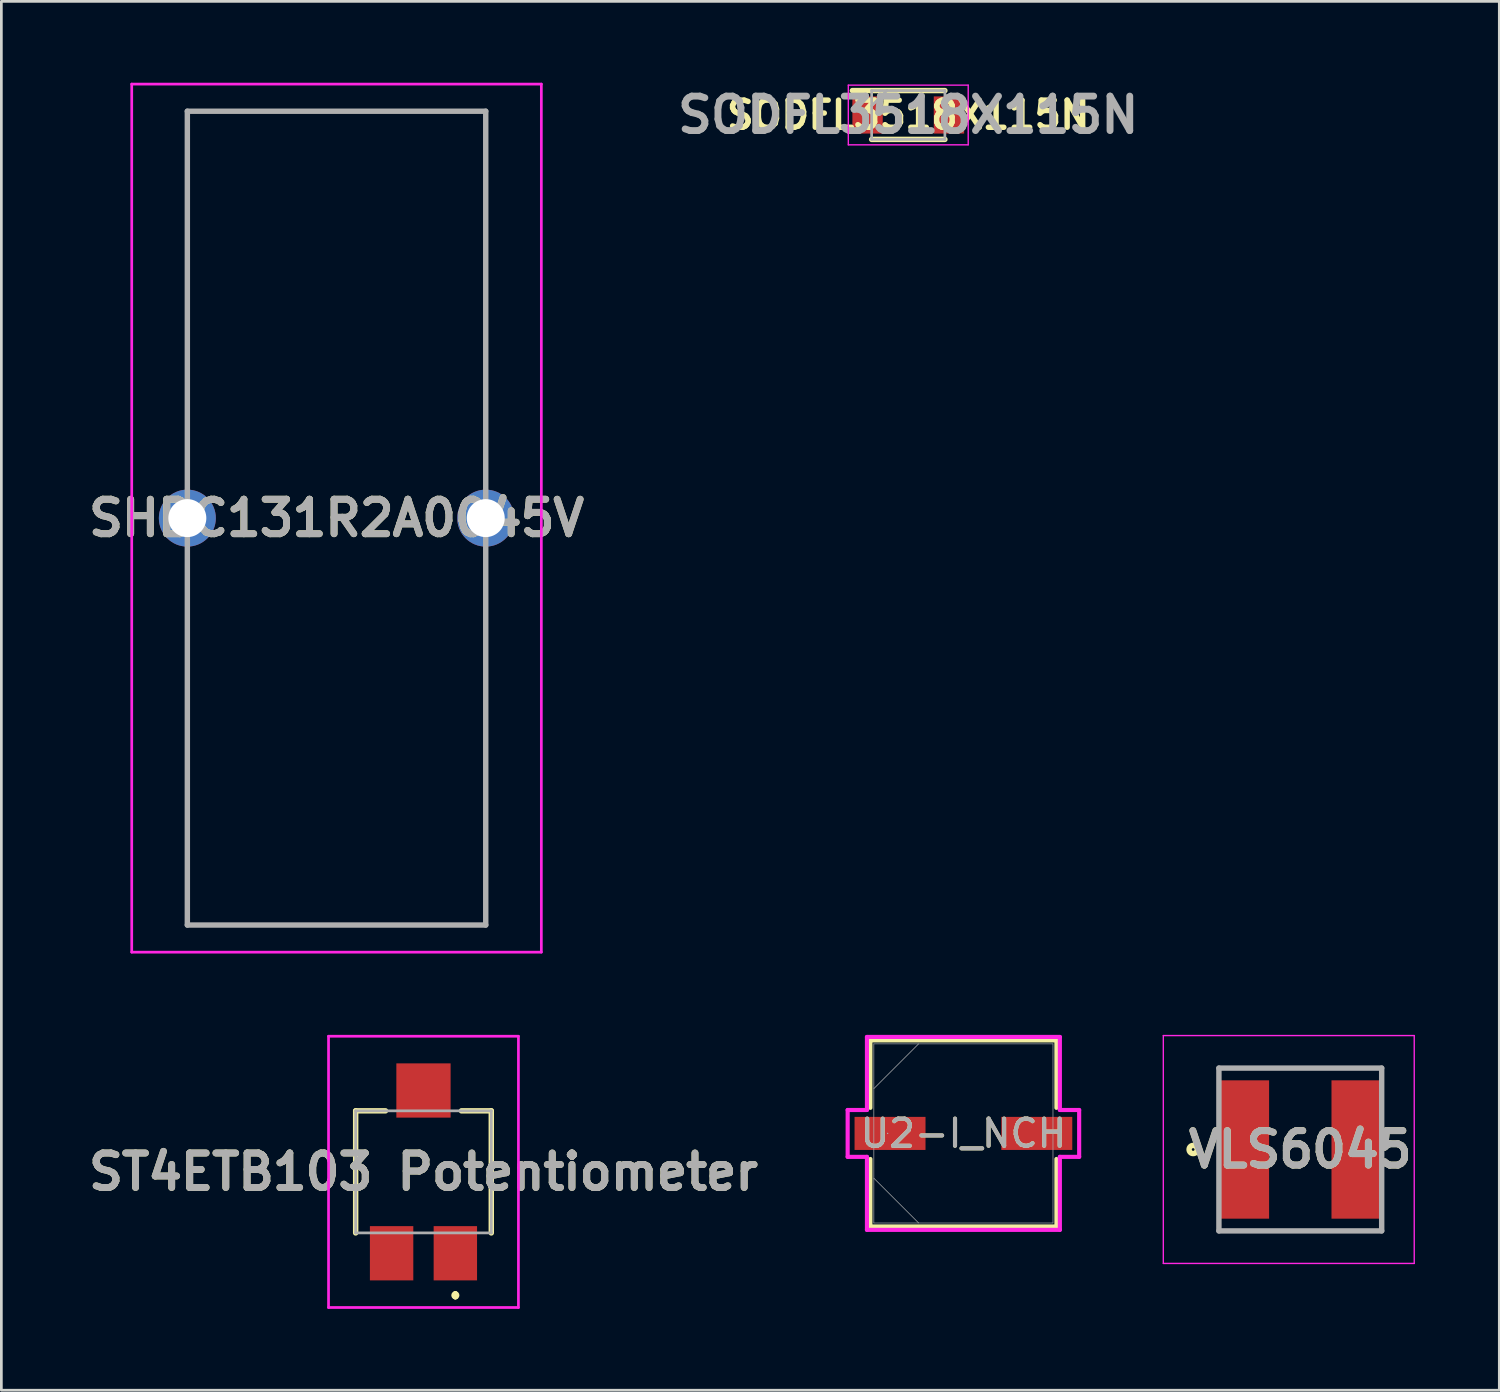
<source format=kicad_pcb>
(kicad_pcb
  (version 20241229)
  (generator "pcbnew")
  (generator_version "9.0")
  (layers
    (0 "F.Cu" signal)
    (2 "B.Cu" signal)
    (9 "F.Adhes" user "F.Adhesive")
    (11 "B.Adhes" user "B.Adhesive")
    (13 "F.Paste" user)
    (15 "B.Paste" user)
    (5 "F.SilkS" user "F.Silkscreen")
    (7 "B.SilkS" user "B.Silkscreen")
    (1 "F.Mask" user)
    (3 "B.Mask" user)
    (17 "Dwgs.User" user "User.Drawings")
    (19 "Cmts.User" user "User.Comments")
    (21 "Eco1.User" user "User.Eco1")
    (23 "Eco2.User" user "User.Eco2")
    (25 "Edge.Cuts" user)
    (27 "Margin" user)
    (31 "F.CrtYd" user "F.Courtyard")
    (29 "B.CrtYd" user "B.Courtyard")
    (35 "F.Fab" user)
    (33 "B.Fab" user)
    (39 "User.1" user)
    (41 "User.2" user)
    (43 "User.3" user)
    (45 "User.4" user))
  (footprint "U2-I_NCH"
    (layer "F.Cu")
    (at 32.465 38.732)
    (property "Reference" "U2-I_NCH" (at 0 0 0) (unlocked yes) (layer "F.SilkS") (effects (font (size 1 1) (thickness 0.15))))
    (attr smd)
    (fp_line (start -3.429 -3.429) (end -3.429 -0.942) (stroke (width 0.152) (type solid)) (layer "F.SilkS"))
    (fp_line (start -3.429 0.942) (end -3.429 3.429) (stroke (width 0.152) (type solid)) (layer "F.SilkS"))
    (fp_line (start -3.429 3.429) (end 3.429 3.429) (stroke (width 0.152) (type solid)) (layer "F.SilkS"))
    (fp_line (start 3.429 -3.429) (end -3.429 -3.429) (stroke (width 0.152) (type solid)) (layer "F.SilkS"))
    (fp_line (start 3.429 -0.942) (end 3.429 -3.429) (stroke (width 0.152) (type solid)) (layer "F.SilkS"))
    (fp_line (start 3.429 3.429) (end 3.429 0.942) (stroke (width 0.152) (type solid)) (layer "F.SilkS"))
    (fp_line (start -4.267 -0.864) (end -3.556 -0.864) (stroke (width 0.152) (type solid)) (layer "F.CrtYd"))
    (fp_line (start -4.267 0.864) (end -4.267 -0.864) (stroke (width 0.152) (type solid)) (layer "F.CrtYd"))
    (fp_line (start -3.556 -3.556) (end 3.556 -3.556) (stroke (width 0.152) (type solid)) (layer "F.CrtYd"))
    (fp_line (start -3.556 -0.864) (end -3.556 -3.556) (stroke (width 0.152) (type solid)) (layer "F.CrtYd"))
    (fp_line (start -3.556 0.864) (end -4.267 0.864) (stroke (width 0.152) (type solid)) (layer "F.CrtYd"))
    (fp_line (start -3.556 3.556) (end -3.556 0.864) (stroke (width 0.152) (type solid)) (layer "F.CrtYd"))
    (fp_line (start 3.556 -3.556) (end 3.556 -0.864) (stroke (width 0.152) (type solid)) (layer "F.CrtYd"))
    (fp_line (start 3.556 -0.864) (end 4.267 -0.864) (stroke (width 0.152) (type solid)) (layer "F.CrtYd"))
    (fp_line (start 3.556 0.864) (end 3.556 3.556) (stroke (width 0.152) (type solid)) (layer "F.CrtYd"))
    (fp_line (start 3.556 3.556) (end -3.556 3.556) (stroke (width 0.152) (type solid)) (layer "F.CrtYd"))
    (fp_line (start 4.267 -0.864) (end 4.267 0.864) (stroke (width 0.152) (type solid)) (layer "F.CrtYd"))
    (fp_line (start 4.267 0.864) (end 3.556 0.864) (stroke (width 0.152) (type solid)) (layer "F.CrtYd"))
    (fp_line (start -3.302 -3.302) (end -3.302 3.302) (stroke (width 0.025) (type solid)) (layer "F.Fab"))
    (fp_line (start -3.302 -1.651) (end -1.651 -3.302) (stroke (width 0.025) (type solid)) (layer "F.Fab"))
    (fp_line (start -3.302 1.651) (end -1.651 3.302) (stroke (width 0.025) (type solid)) (layer "F.Fab"))
    (fp_line (start -3.302 3.302) (end 3.302 3.302) (stroke (width 0.025) (type solid)) (layer "F.Fab"))
    (fp_line (start 3.302 -3.302) (end -3.302 -3.302) (stroke (width 0.025) (type solid)) (layer "F.Fab"))
    (fp_line (start 3.302 3.302) (end 3.302 -3.302) (stroke (width 0.025) (type solid)) (layer "F.Fab"))
    (fp_circle (center -2.794 0) (end -2.794 0) (stroke (width 0.025) (type solid)) (fill no) (layer "F.Fab"))
    (fp_text user "${REFERENCE}" (at 0 0 0) (unlocked yes) (layer "F.Fab") (effects (font (size 1 1) (thickness 0.15))))
    (pad "1" smd rect (at -2.705 0) (size 2.616 1.219) (layers "F.Cu" "F.Mask" "F.Paste"))
    (pad "2" smd rect (at 2.705 0) (size 2.616 1.219) (layers "F.Cu" "F.Mask" "F.Paste"))
    (zone (net_name "") (layer "F.Cu") (hatch full 0.508) (connect_pads) (min_thickness 0.254) (filled_areas_thickness no) (keepout (tracks not_allowed) (vias not_allowed) (pads allowed) (copperpour not_allowed) (footprints allowed)) (placement (enabled no)) (fill) (polygon (pts (xy 29.214 35.481) (xy 35.716 35.481) (xy 35.716 38.072) (xy 29.214 38.072))))
    (zone (net_name "") (layer "F.Cu") (hatch full 0.508) (connect_pads) (min_thickness 0.254) (filled_areas_thickness no) (keepout (tracks not_allowed) (vias not_allowed) (pads allowed) (copperpour not_allowed) (footprints allowed)) (placement (enabled no)) (fill) (polygon (pts (xy 29.214 39.393) (xy 35.716 39.393) (xy 35.716 41.983) (xy 29.214 41.983))))
    (zone (net_name "") (layer "F.Cu") (hatch full 0.508) (connect_pads) (min_thickness 0.254) (filled_areas_thickness no) (keepout (tracks not_allowed) (vias not_allowed) (pads allowed) (copperpour not_allowed) (footprints allowed)) (placement (enabled no)) (fill) (polygon (pts (xy 31.119 38.072) (xy 33.811 38.072) (xy 33.811 39.393) (xy 31.119 39.393)))))
  (footprint "ST4ETB103 Potentiometer"
    (layer "F.Cu")
    (at 12.561 40.15)
    (property "Reference" "ST4ETB103 Potentiometer" (at 0 0 0) (layer "F.SilkS") (effects (font (size 1.27 1.27) (thickness 0.254))))
    (attr smd)
    (fp_line (start -2.5 -2.25) (end -2.5 2.25) (stroke (width 0.2) (type solid)) (layer "F.SilkS"))
    (fp_line (start -1.4 -2.25) (end -2.5 -2.25) (stroke (width 0.2) (type solid)) (layer "F.SilkS"))
    (fp_line (start 1.175 4.5) (end 1.175 4.5) (stroke (width 0.2) (type solid)) (layer "F.SilkS"))
    (fp_line (start 1.175 4.5) (end 1.175 4.6) (stroke (width 0.2) (type solid)) (layer "F.SilkS"))
    (fp_line (start 1.175 4.6) (end 1.175 4.6) (stroke (width 0.2) (type solid)) (layer "F.SilkS"))
    (fp_line (start 1.4 -2.25) (end 2.5 -2.25) (stroke (width 0.2) (type solid)) (layer "F.SilkS"))
    (fp_line (start 2.5 -2.25) (end 2.5 2.25) (stroke (width 0.2) (type solid)) (layer "F.SilkS"))
    (fp_arc (start 1.175 4.5) (mid 1.225 4.55) (end 1.175 4.6) (stroke (width 0.2) (type solid)) (layer "F.SilkS"))
    (fp_arc (start 1.175 4.6) (mid 1.125 4.55) (end 1.175 4.5) (stroke (width 0.2) (type solid)) (layer "F.SilkS"))
    (fp_line (start -3.5 -5) (end -3.5 5) (stroke (width 0.1) (type solid)) (layer "F.CrtYd"))
    (fp_line (start -3.5 5) (end 3.5 5) (stroke (width 0.1) (type solid)) (layer "F.CrtYd"))
    (fp_line (start 3.5 -5) (end -3.5 -5) (stroke (width 0.1) (type solid)) (layer "F.CrtYd"))
    (fp_line (start 3.5 5) (end 3.5 -5) (stroke (width 0.1) (type solid)) (layer "F.CrtYd"))
    (fp_line (start -2.5 -2.25) (end -2.5 2.25) (stroke (width 0.1) (type solid)) (layer "F.Fab"))
    (fp_line (start -2.5 2.25) (end 2.5 2.25) (stroke (width 0.1) (type solid)) (layer "F.Fab"))
    (fp_line (start 2.5 -2.25) (end -2.5 -2.25) (stroke (width 0.1) (type solid)) (layer "F.Fab"))
    (fp_line (start 2.5 2.25) (end 2.5 -2.25) (stroke (width 0.1) (type solid)) (layer "F.Fab"))
    (fp_text user "${REFERENCE}" (at 0 0 0) (layer "F.Fab") (effects (font (size 1.27 1.27) (thickness 0.254))))
    (pad "1" smd rect (at 1.175 3) (size 1.6 2) (layers "F.Cu" "F.Mask" "F.Paste"))
    (pad "2" smd rect (at 0 -3) (size 2 2) (layers "F.Cu" "F.Mask" "F.Paste"))
    (pad "3" smd rect (at -1.175 3) (size 1.6 2) (layers "F.Cu" "F.Mask" "F.Paste")))
  (footprint "SODFL3518X115N"
    (layer "F.Cu")
    (at 30.432 1.189)
    (property "Reference" "SODFL3518X115N" (at 0 0 0) (layer "F.SilkS") (effects (font (size 1 1) (thickness 0.2) (bold yes))))
    (attr smd)
    (fp_line (start -2.06 -0.9) (end 1.35 -0.9) (stroke (width 0.2) (type solid)) (layer "F.SilkS"))
    (fp_line (start -1.35 0.9) (end 1.35 0.9) (stroke (width 0.2) (type solid)) (layer "F.SilkS"))
    (fp_line (start -2.21 -1.1) (end 2.21 -1.1) (stroke (width 0.05) (type solid)) (layer "F.CrtYd"))
    (fp_line (start -2.21 1.1) (end -2.21 -1.1) (stroke (width 0.05) (type solid)) (layer "F.CrtYd"))
    (fp_line (start 2.21 -1.1) (end 2.21 1.1) (stroke (width 0.05) (type solid)) (layer "F.CrtYd"))
    (fp_line (start 2.21 1.1) (end -2.21 1.1) (stroke (width 0.05) (type solid)) (layer "F.CrtYd"))
    (fp_line (start -1.35 -0.9) (end 1.35 -0.9) (stroke (width 0.1) (type solid)) (layer "F.Fab"))
    (fp_line (start -1.35 -0.34) (end -0.79 -0.9) (stroke (width 0.1) (type solid)) (layer "F.Fab"))
    (fp_line (start -1.35 0.9) (end -1.35 -0.9) (stroke (width 0.1) (type solid)) (layer "F.Fab"))
    (fp_line (start 1.35 -0.9) (end 1.35 0.9) (stroke (width 0.1) (type solid)) (layer "F.Fab"))
    (fp_line (start 1.35 0.9) (end -1.35 0.9) (stroke (width 0.1) (type solid)) (layer "F.Fab"))
    (fp_text user "${REFERENCE}" (at 0 0 0) (layer "F.Fab") (effects (font (size 1.27 1.27) (thickness 0.254))))
    (pad "1" smd rect (at -1.5 0) (size 1.12 1.37) (layers "F.Cu" "F.Mask" "F.Paste"))
    (pad "2" smd rect (at 1.5 0) (size 1.12 1.37) (layers "F.Cu" "F.Mask" "F.Paste")))
  (footprint "VLS6045"
    (layer "F.Cu")
    (at 44.884 39.325)
    (property "Reference" "VLS6045" (at 0 0 0) (layer "F.SilkS") (effects (font (size 1.27 1.27) (thickness 0.254))))
    (attr smd)
    (fp_circle (center -3.95 0) (end -3.95 0.05) (stroke (width 0.2) (type solid)) (fill no) (layer "F.SilkS"))
    (fp_line (start -5.05 -4.2) (end 4.2 -4.2) (stroke (width 0.05) (type solid)) (layer "F.CrtYd"))
    (fp_line (start -5.05 4.2) (end -5.05 -4.2) (stroke (width 0.05) (type solid)) (layer "F.CrtYd"))
    (fp_line (start 4.2 -4.2) (end 4.2 4.2) (stroke (width 0.05) (type solid)) (layer "F.CrtYd"))
    (fp_line (start 4.2 4.2) (end -5.05 4.2) (stroke (width 0.05) (type solid)) (layer "F.CrtYd"))
    (fp_line (start -3 -3) (end 3 -3) (stroke (width 0.2) (type solid)) (layer "F.Fab"))
    (fp_line (start -3 3) (end -3 -3) (stroke (width 0.2) (type solid)) (layer "F.Fab"))
    (fp_line (start 3 -3) (end 3 3) (stroke (width 0.2) (type solid)) (layer "F.Fab"))
    (fp_line (start 3 3) (end -3 3) (stroke (width 0.2) (type solid)) (layer "F.Fab"))
    (fp_text user "${REFERENCE}" (at 0 0 0) (layer "F.Fab") (effects (font (size 1.27 1.27) (thickness 0.254))))
    (pad "1" smd rect (at -2.1 0) (size 1.9 5.1) (layers "F.Cu" "F.Mask" "F.Paste"))
    (pad "2" smd rect (at 2.1 0) (size 1.9 5.1) (layers "F.Cu" "F.Mask" "F.Paste")))
  (footprint "SHBC131R2A0045V"
    (layer "F.Cu")
    (at 3.856 16.05)
    (property "Reference" "SHBC131R2A0045V" (at 5.5 0 0) (layer "F.SilkS") (effects (font (size 1.27 1.27) (thickness 0.254))))
    (attr through_hole)
    (fp_line (start 0 -15) (end 11 -15) (stroke (width 0.1) (type solid)) (layer "F.SilkS"))
    (fp_line (start 0 -2) (end 0 -15) (stroke (width 0.1) (type solid)) (layer "F.SilkS"))
    (fp_line (start 0 2) (end 0 15) (stroke (width 0.1) (type solid)) (layer "F.SilkS"))
    (fp_line (start 0 15) (end 11 15) (stroke (width 0.1) (type solid)) (layer "F.SilkS"))
    (fp_line (start 11 -15) (end 11 -2) (stroke (width 0.1) (type solid)) (layer "F.SilkS"))
    (fp_line (start 11 15) (end 11 2) (stroke (width 0.1) (type solid)) (layer "F.SilkS"))
    (fp_line (start -2.05 -16) (end 13.05 -16) (stroke (width 0.1) (type solid)) (layer "F.CrtYd"))
    (fp_line (start -2.05 16) (end -2.05 -16) (stroke (width 0.1) (type solid)) (layer "F.CrtYd"))
    (fp_line (start 13.05 -16) (end 13.05 16) (stroke (width 0.1) (type solid)) (layer "F.CrtYd"))
    (fp_line (start 13.05 16) (end -2.05 16) (stroke (width 0.1) (type solid)) (layer "F.CrtYd"))
    (fp_line (start 0 -15) (end 11 -15) (stroke (width 0.2) (type solid)) (layer "F.Fab"))
    (fp_line (start 0 15) (end 0 -15) (stroke (width 0.2) (type solid)) (layer "F.Fab"))
    (fp_line (start 11 -15) (end 11 15) (stroke (width 0.2) (type solid)) (layer "F.Fab"))
    (fp_line (start 11 15) (end 0 15) (stroke (width 0.2) (type solid)) (layer "F.Fab"))
    (fp_text user "${REFERENCE}" (at 5.5 0 0) (layer "F.Fab") (effects (font (size 1.27 1.27) (thickness 0.254))))
    (pad "1" thru_hole circle (at 0 0) (size 2.1 2.1) (drill 1.4) (layers "*.Cu" "*.Mask"))
    (pad "2" thru_hole circle (at 11 0) (size 2.1 2.1) (drill 1.4) (layers "*.Cu" "*.Mask")))
  (gr_rect
    (start -3 -3)
    (end 52.22 48.2)
    (stroke (width 0.1) (type default))
    (fill no)
    (layer "Edge.Cuts")))
</source>
